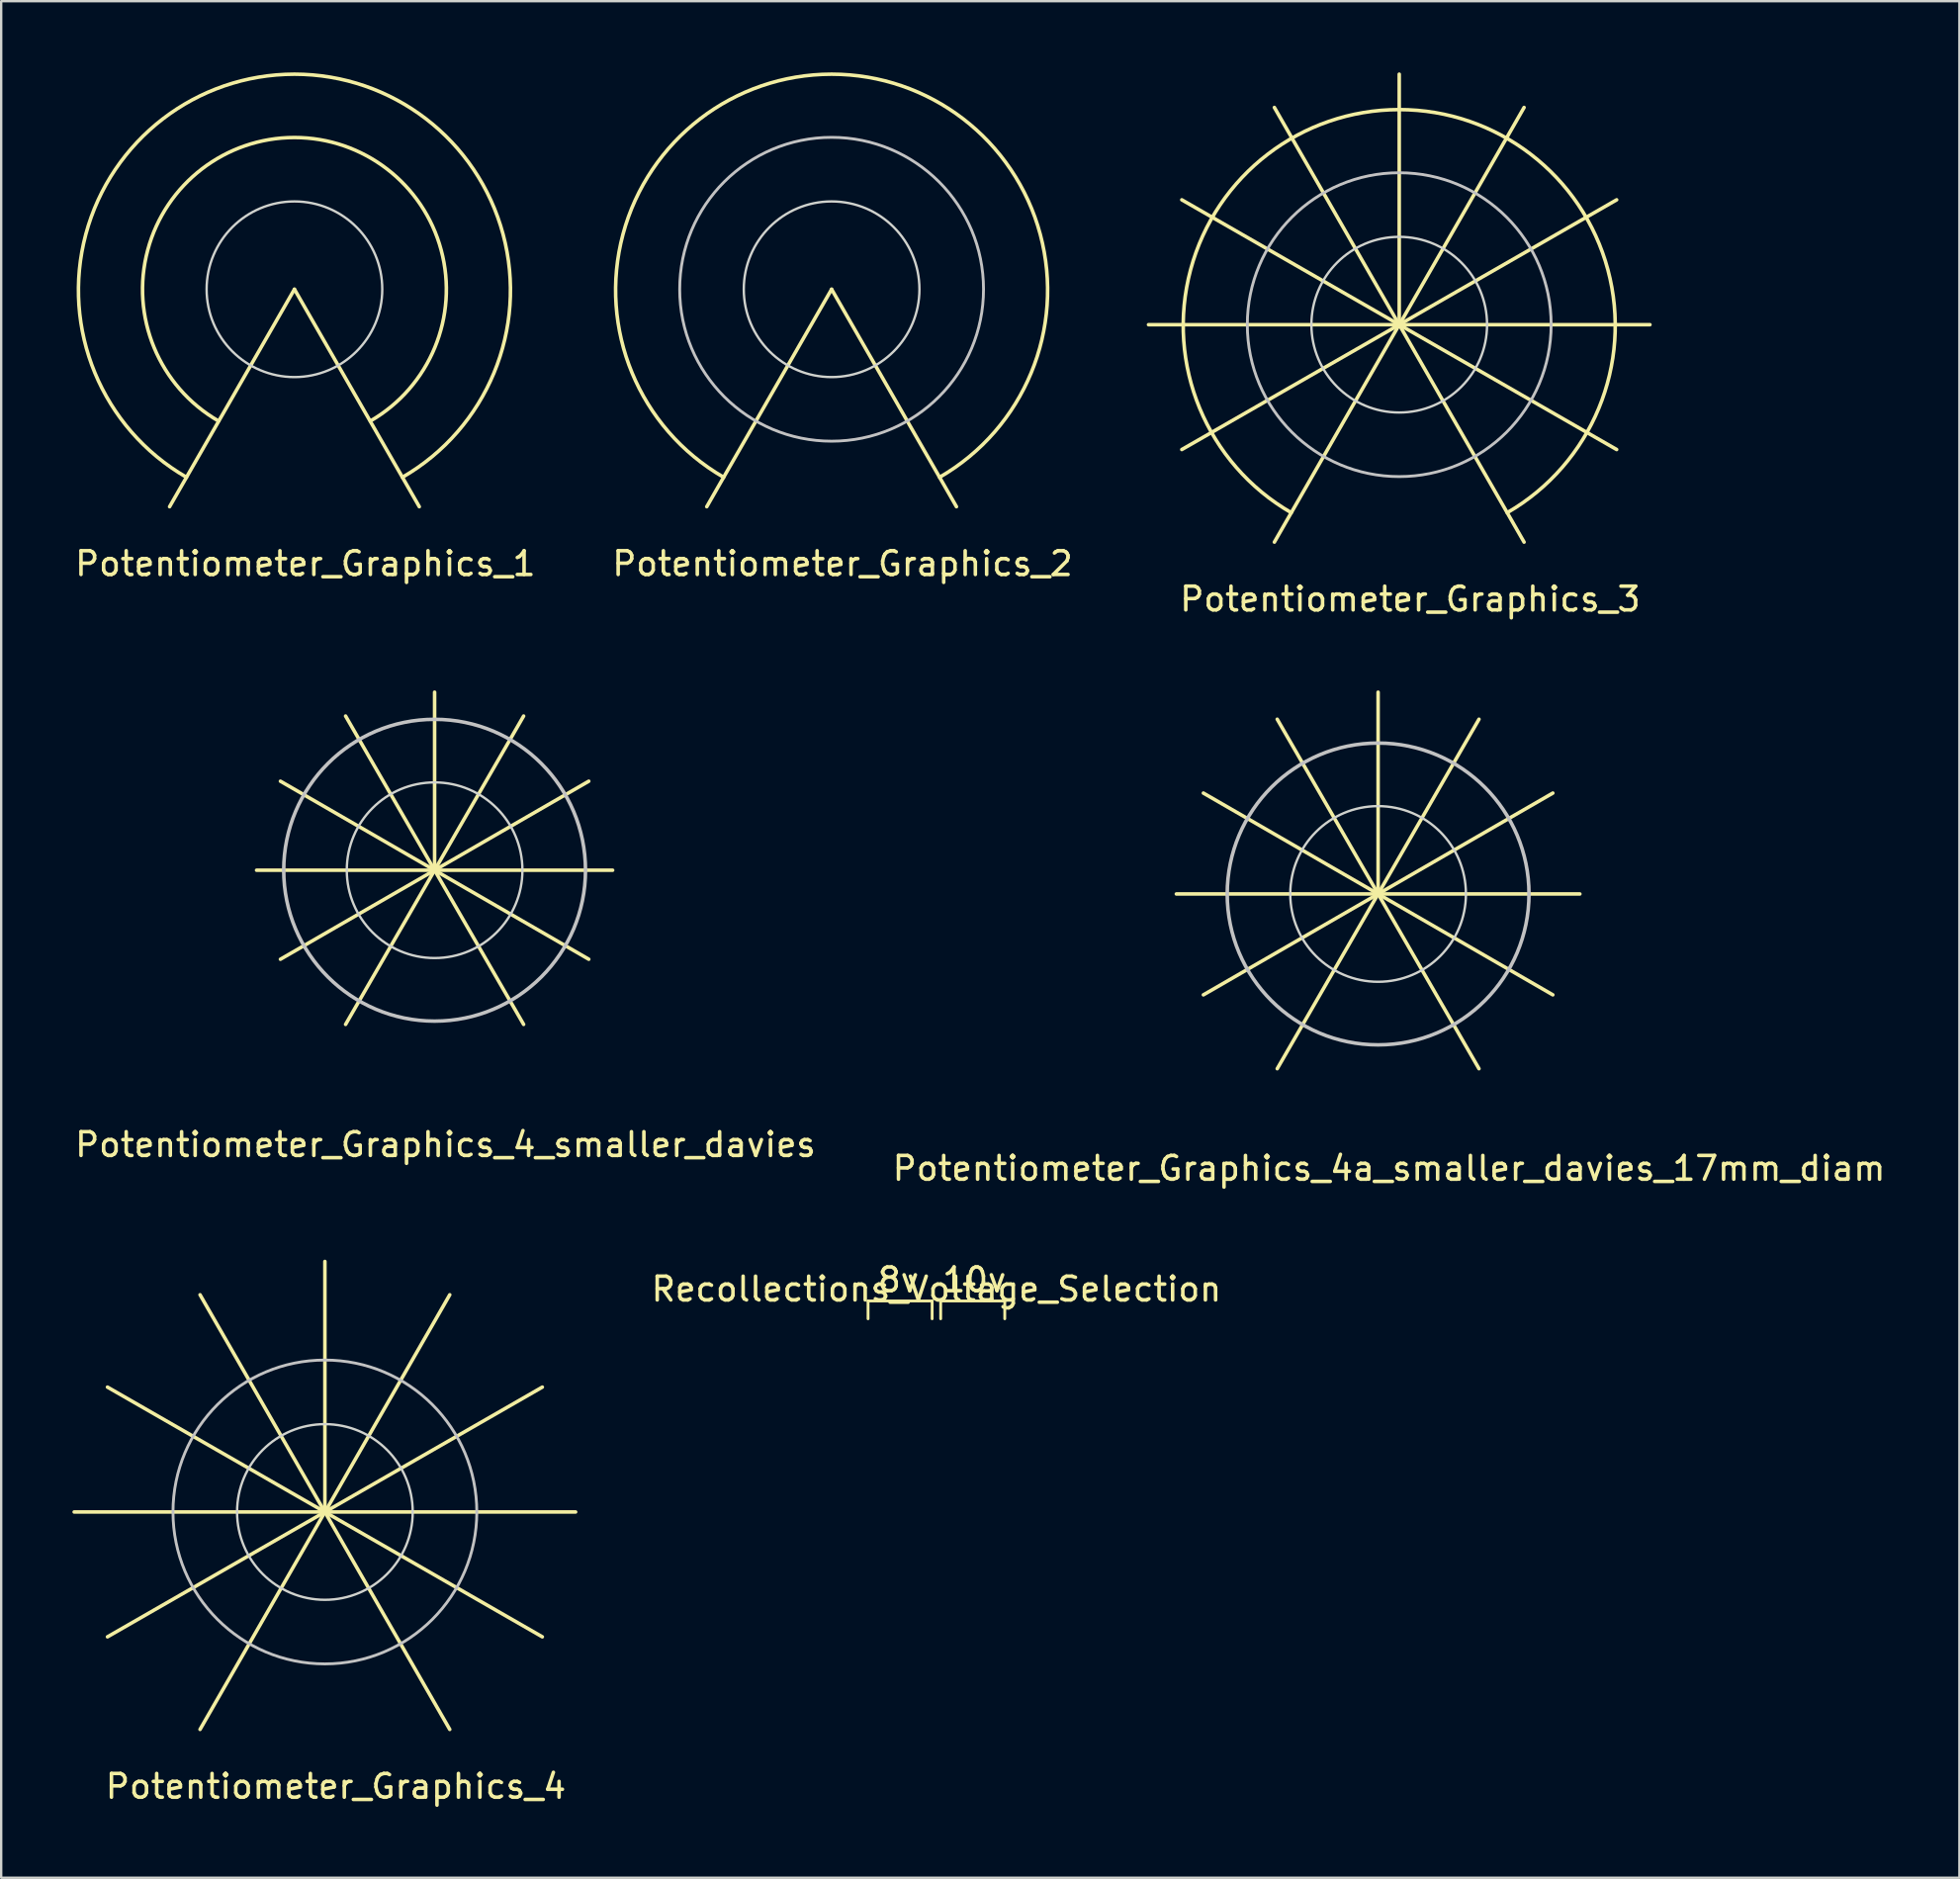
<source format=kicad_pcb>
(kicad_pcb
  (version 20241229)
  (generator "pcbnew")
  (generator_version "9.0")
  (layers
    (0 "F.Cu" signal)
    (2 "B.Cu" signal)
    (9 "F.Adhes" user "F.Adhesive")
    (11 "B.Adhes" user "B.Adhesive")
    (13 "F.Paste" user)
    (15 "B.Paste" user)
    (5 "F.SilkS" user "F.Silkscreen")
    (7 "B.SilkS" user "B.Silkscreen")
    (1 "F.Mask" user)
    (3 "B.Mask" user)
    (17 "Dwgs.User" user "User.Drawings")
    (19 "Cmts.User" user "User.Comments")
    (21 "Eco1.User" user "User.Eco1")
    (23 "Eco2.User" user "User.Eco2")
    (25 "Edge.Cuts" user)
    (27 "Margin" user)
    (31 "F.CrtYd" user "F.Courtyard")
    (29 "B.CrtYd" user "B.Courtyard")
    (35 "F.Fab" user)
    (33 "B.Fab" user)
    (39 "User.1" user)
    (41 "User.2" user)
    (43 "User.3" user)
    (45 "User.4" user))
  (footprint "Potentiometer_Graphics_3"
    (layer "F.Cu")
    (at 55.9 10.628)
    (property "Reference" "Potentiometer_Graphics_3" (at 0.46 11.56 0) (unlocked yes) (layer "F.SilkS") (effects (font (size 1 1) (thickness 0.15))))
    (fp_line (start -10.563 0) (end 0 0) (stroke (width 0.15) (type solid)) (layer "F.SilkS"))
    (fp_line (start -9.16 -5.26) (end 0 0) (stroke (width 0.15) (type solid)) (layer "F.SilkS"))
    (fp_line (start -9.16 5.26) (end 0 0) (stroke (width 0.15) (type solid)) (layer "F.SilkS"))
    (fp_line (start -5.26 -9.15) (end 0 0.01) (stroke (width 0.15) (type solid)) (layer "F.SilkS"))
    (fp_line (start 0 0) (end -5.26 9.16) (stroke (width 0.15) (type solid)) (layer "F.SilkS"))
    (fp_line (start 0 0) (end 5.26 9.16) (stroke (width 0.15) (type solid)) (layer "F.SilkS"))
    (fp_line (start 0 0) (end 9.16 -5.26) (stroke (width 0.15) (type solid)) (layer "F.SilkS"))
    (fp_line (start 0 0) (end 9.16 5.26) (stroke (width 0.15) (type solid)) (layer "F.SilkS"))
    (fp_line (start 0 0) (end 10.563 0) (stroke (width 0.15) (type solid)) (layer "F.SilkS"))
    (fp_line (start 0 0.01) (end 0 -10.553) (stroke (width 0.15) (type solid)) (layer "F.SilkS"))
    (fp_line (start 5.26 -9.15) (end 0 0.01) (stroke (width 0.15) (type solid)) (layer "F.SilkS"))
    (fp_arc (start -4.55 7.92) (mid 0 -9.060831) (end 4.55 7.92) (stroke (width 0.15) (type solid)) (layer "F.SilkS"))
    (fp_circle (center 0 0) (end 6.4 0) (stroke (width 0.12) (type solid)) (fill no) (layer "Dwgs.User"))
    (fp_circle (center 0 0) (end 3.7 0) (stroke (width 0.1) (type solid)) (fill no) (layer "Edge.Cuts")))
  (footprint "Potentiometer_Graphics_2"
    (layer "F.Cu")
    (at 31.986 9.136)
    (property "Reference" "Potentiometer_Graphics_2" (at 0.46 11.56 0) (unlocked yes) (layer "F.SilkS") (effects (font (size 1 1) (thickness 0.15))))
    (fp_line (start 0 0) (end -5.26 9.16) (stroke (width 0.15) (type solid)) (layer "F.SilkS"))
    (fp_line (start 0 0) (end 5.26 9.16) (stroke (width 0.15) (type solid)) (layer "F.SilkS"))
    (fp_arc (start -4.55 7.92) (mid 0 -9.060831) (end 4.55 7.92) (stroke (width 0.15) (type solid)) (layer "F.SilkS"))
    (fp_circle (center 0 0) (end 6.4 0) (stroke (width 0.12) (type solid)) (fill no) (layer "Dwgs.User"))
    (fp_circle (center 0 0) (end 3.7 0) (stroke (width 0.1) (type solid)) (fill no) (layer "Edge.Cuts")))
  (footprint "Potentiometer_Graphics_4"
    (layer "F.Cu")
    (at 10.638 60.647)
    (property "Reference" "Potentiometer_Graphics_4" (at 0.46 11.56 0) (unlocked yes) (layer "F.SilkS") (effects (font (size 1 1) (thickness 0.15))))
    (fp_line (start -10.563 0) (end 0 0) (stroke (width 0.15) (type solid)) (layer "F.SilkS"))
    (fp_line (start -9.16 -5.26) (end 0 0) (stroke (width 0.15) (type solid)) (layer "F.SilkS"))
    (fp_line (start -9.16 5.26) (end 0 0) (stroke (width 0.15) (type solid)) (layer "F.SilkS"))
    (fp_line (start -5.26 -9.15) (end 0 0.01) (stroke (width 0.15) (type solid)) (layer "F.SilkS"))
    (fp_line (start 0 0) (end -5.26 9.16) (stroke (width 0.15) (type solid)) (layer "F.SilkS"))
    (fp_line (start 0 0) (end 5.26 9.16) (stroke (width 0.15) (type solid)) (layer "F.SilkS"))
    (fp_line (start 0 0) (end 9.16 -5.26) (stroke (width 0.15) (type solid)) (layer "F.SilkS"))
    (fp_line (start 0 0) (end 9.16 5.26) (stroke (width 0.15) (type solid)) (layer "F.SilkS"))
    (fp_line (start 0 0) (end 10.563 0) (stroke (width 0.15) (type solid)) (layer "F.SilkS"))
    (fp_line (start 0 0.01) (end 0 -10.553) (stroke (width 0.15) (type solid)) (layer "F.SilkS"))
    (fp_line (start 5.26 -9.15) (end 0 0.01) (stroke (width 0.15) (type solid)) (layer "F.SilkS"))
    (fp_circle (center 0 0) (end 6.4 0) (stroke (width 0.12) (type solid)) (fill no) (layer "Dwgs.User"))
    (fp_circle (center 0 0) (end 3.7 0) (stroke (width 0.1) (type solid)) (fill no) (layer "Edge.Cuts")))
  (footprint "Potentiometer_Graphics_1"
    (layer "F.Cu")
    (at 9.355 9.136)
    (property "Reference" "Potentiometer_Graphics_1" (at 0.46 11.56 0) (unlocked yes) (layer "F.SilkS") (effects (font (size 1 1) (thickness 0.15))))
    (fp_line (start 0 0) (end -5.26 9.16) (stroke (width 0.15) (type solid)) (layer "F.SilkS"))
    (fp_line (start 0 0) (end 5.26 9.16) (stroke (width 0.15) (type solid)) (layer "F.SilkS"))
    (fp_arc (start -4.55 7.92) (mid 0 -9.060831) (end 4.55 7.92) (stroke (width 0.15) (type solid)) (layer "F.SilkS"))
    (fp_arc (start -3.2 5.55) (mid 0 -6.392563) (end 3.2 5.55) (stroke (width 0.15) (type solid)) (layer "F.SilkS"))
    (fp_circle (center 0 0) (end 3.7 0) (stroke (width 0.1) (type solid)) (fill no) (layer "Edge.Cuts")))
  (footprint "Recollections_Voltage_Selection"
    (layer "F.Cu")
    (at 36.401 51.758)
    (property "Reference" "Recollections_Voltage_Selection" (at 0 -0.5 0) (unlocked yes) (layer "F.SilkS") (effects (font (size 1 1) (thickness 0.15))))
    (fp_line (start -2.88 0) (end -2.88 0.75) (stroke (width 0.12) (type solid)) (layer "F.SilkS"))
    (fp_line (start -2.88 0) (end -0.18 0) (stroke (width 0.12) (type solid)) (layer "F.SilkS"))
    (fp_line (start -0.18 0) (end -0.18 0.75) (stroke (width 0.12) (type solid)) (layer "F.SilkS"))
    (fp_line (start 0.18 0) (end 0.18 0.75) (stroke (width 0.12) (type solid)) (layer "F.SilkS"))
    (fp_line (start 0.18 0) (end 2.88 0) (stroke (width 0.12) (type solid)) (layer "F.SilkS"))
    (fp_line (start 2.88 0) (end 2.88 0.75) (stroke (width 0.12) (type solid)) (layer "F.SilkS"))
    (fp_text user "8v" (at -1.6 -0.89 0) (unlocked yes) (layer "F.SilkS") (effects (font (size 1 1) (thickness 0.15))))
    (fp_text user "10v" (at 1.6 -0.89 0) (unlocked yes) (layer "F.SilkS") (effects (font (size 1 1) (thickness 0.15)))))
  (footprint "Potentiometer_Graphics_4a_smaller_davies_17mm_diam"
    (layer "F.Cu")
    (at 55.01 34.611)
    (property "Reference" "Potentiometer_Graphics_4a_smaller_davies_17mm_diam" (at 0.46 11.56 0) (unlocked yes) (layer "F.SilkS") (effects (font (size 1 1) (thickness 0.15))))
    (fp_line (start -7.361 -4.25) (end 0 0) (stroke (width 0.15) (type solid)) (layer "F.SilkS"))
    (fp_line (start -4.25 -7.361) (end 0 0) (stroke (width 0.15) (type solid)) (layer "F.SilkS"))
    (fp_line (start 0 0) (end -8.5 0) (stroke (width 0.15) (type solid)) (layer "F.SilkS"))
    (fp_line (start 0 0) (end -7.361 4.25) (stroke (width 0.15) (type solid)) (layer "F.SilkS"))
    (fp_line (start 0 0) (end -4.25 7.361) (stroke (width 0.15) (type solid)) (layer "F.SilkS"))
    (fp_line (start 0 0) (end 0 -8.5) (stroke (width 0.15) (type solid)) (layer "F.SilkS"))
    (fp_line (start 0 0) (end 4.25 7.361) (stroke (width 0.15) (type solid)) (layer "F.SilkS"))
    (fp_line (start 0 0) (end 7.361 4.25) (stroke (width 0.15) (type solid)) (layer "F.SilkS"))
    (fp_line (start 4.25 -7.361) (end 0 0) (stroke (width 0.15) (type solid)) (layer "F.SilkS"))
    (fp_line (start 7.361 -4.25) (end 0 0) (stroke (width 0.15) (type solid)) (layer "F.SilkS"))
    (fp_line (start 8.5 0) (end 0 0) (stroke (width 0.15) (type solid)) (layer "F.SilkS"))
    (fp_circle (center 0 0) (end 6.357 0) (stroke (width 0.15) (type solid)) (fill no) (layer "Dwgs.User"))
    (fp_circle (center 0 0) (end 3.7 0) (stroke (width 0.1) (type solid)) (fill no) (layer "Edge.Cuts")))
  (footprint "Potentiometer_Graphics_4_smaller_davies"
    (layer "F.Cu")
    (at 15.26 33.611)
    (property "Reference" "Potentiometer_Graphics_4_smaller_davies" (at 0.46 11.56 0) (unlocked yes) (layer "F.SilkS") (effects (font (size 1 1) (thickness 0.15))))
    (fp_line (start -6.495 -3.75) (end 0 0) (stroke (width 0.15) (type solid)) (layer "F.SilkS"))
    (fp_line (start -3.75 -6.495) (end 0 0) (stroke (width 0.15) (type solid)) (layer "F.SilkS"))
    (fp_line (start 0 0) (end -7.5 0) (stroke (width 0.15) (type solid)) (layer "F.SilkS"))
    (fp_line (start 0 0) (end -6.495 3.75) (stroke (width 0.15) (type solid)) (layer "F.SilkS"))
    (fp_line (start 0 0) (end -3.75 6.495) (stroke (width 0.15) (type solid)) (layer "F.SilkS"))
    (fp_line (start 0 0) (end 0 -7.5) (stroke (width 0.15) (type solid)) (layer "F.SilkS"))
    (fp_line (start 0 0) (end 3.75 6.495) (stroke (width 0.15) (type solid)) (layer "F.SilkS"))
    (fp_line (start 0 0) (end 6.495 3.75) (stroke (width 0.15) (type solid)) (layer "F.SilkS"))
    (fp_line (start 3.75 -6.495) (end 0 0) (stroke (width 0.15) (type solid)) (layer "F.SilkS"))
    (fp_line (start 6.495 -3.75) (end 0 0) (stroke (width 0.15) (type solid)) (layer "F.SilkS"))
    (fp_line (start 7.5 0) (end 0 0) (stroke (width 0.15) (type solid)) (layer "F.SilkS"))
    (fp_circle (center 0 0) (end 6.357 0) (stroke (width 0.15) (type solid)) (fill no) (layer "Dwgs.User"))
    (fp_circle (center 0 0) (end 3.7 0) (stroke (width 0.1) (type solid)) (fill no) (layer "Edge.Cuts")))
  (gr_rect
    (start -3 -3)
    (end 79.5 76.055)
    (stroke (width 0.1) (type default))
    (fill no)
    (layer "Edge.Cuts")))
</source>
